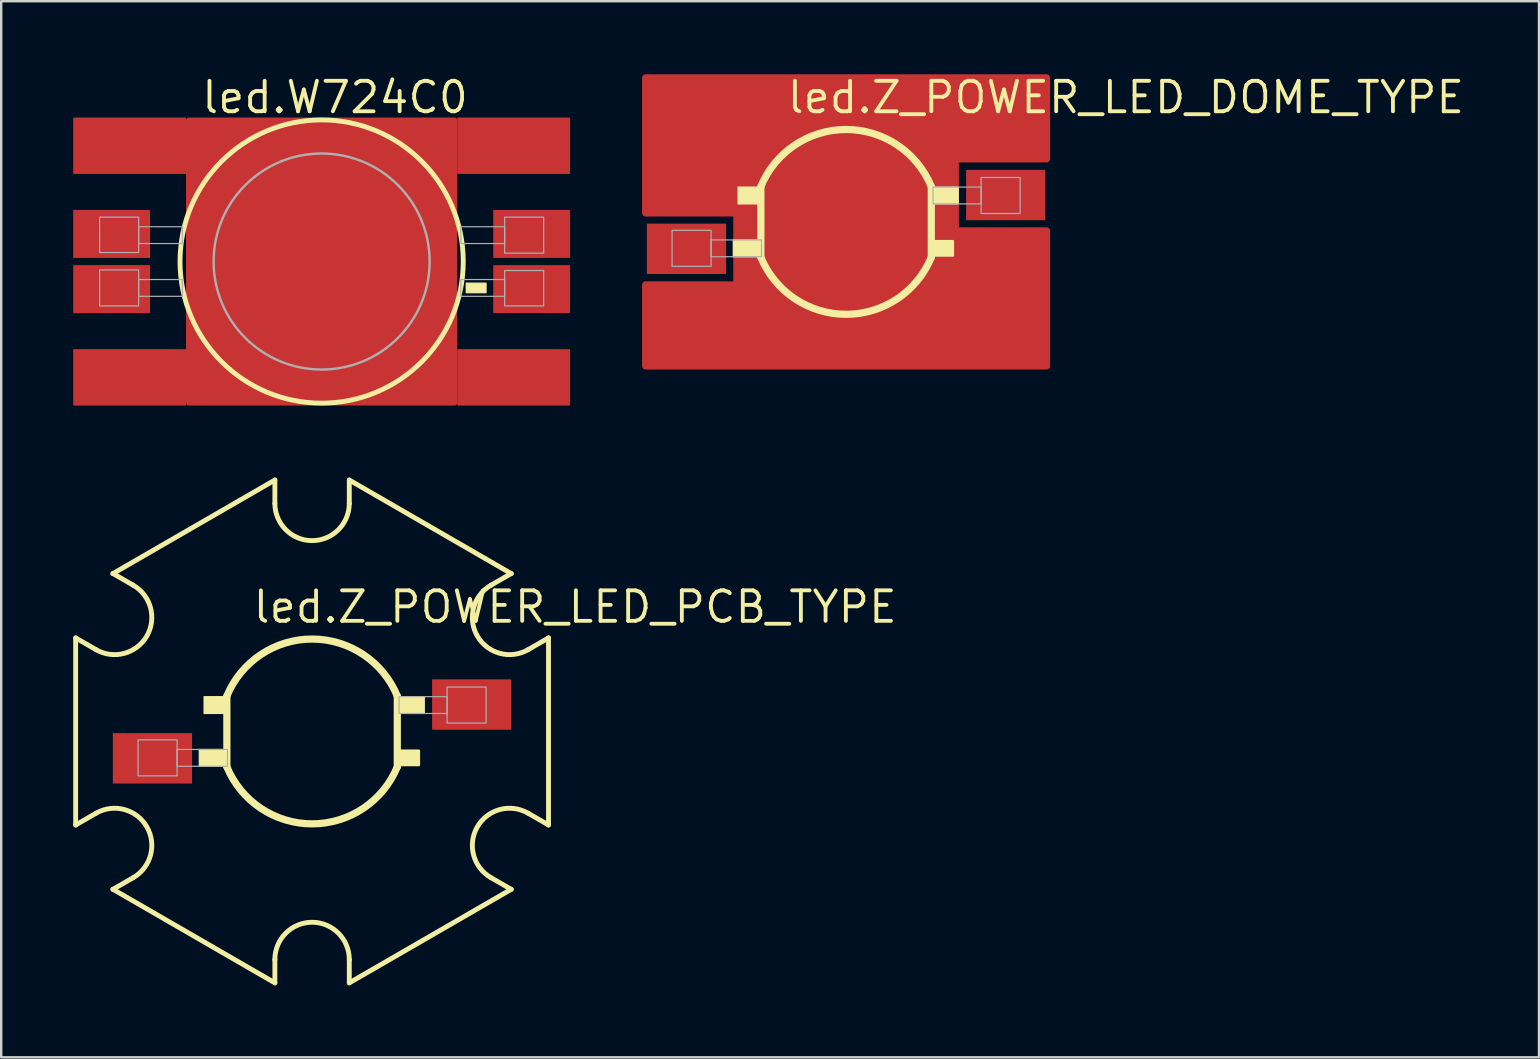
<source format=kicad_pcb>
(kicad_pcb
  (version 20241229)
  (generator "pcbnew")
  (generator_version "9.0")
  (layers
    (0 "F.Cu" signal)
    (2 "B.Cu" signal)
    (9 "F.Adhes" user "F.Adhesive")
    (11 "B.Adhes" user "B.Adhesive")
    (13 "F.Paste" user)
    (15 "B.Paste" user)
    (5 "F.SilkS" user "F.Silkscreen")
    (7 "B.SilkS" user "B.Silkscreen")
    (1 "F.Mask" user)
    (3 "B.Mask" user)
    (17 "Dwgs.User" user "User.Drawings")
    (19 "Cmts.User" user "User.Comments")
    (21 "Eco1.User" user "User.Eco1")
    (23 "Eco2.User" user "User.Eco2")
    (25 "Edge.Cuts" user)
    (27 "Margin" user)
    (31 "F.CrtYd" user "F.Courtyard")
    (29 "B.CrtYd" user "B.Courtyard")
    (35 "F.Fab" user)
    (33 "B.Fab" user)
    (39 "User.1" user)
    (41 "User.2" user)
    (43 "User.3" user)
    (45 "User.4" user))
  (footprint "led.Z_POWER_LED_DOME_TYPE"
    (layer "F.Cu")
    (at 32.2 6.195)
    (property "Reference" "led.Z_POWER_LED_DOME_TYPE" (at -2.54 -4.445 0) (layer "F.SilkS") (effects (font (size 1.27 1.27) (thickness 0.16)) (justify left bottom)))
    (attr smd)
    (fp_poly (pts (xy -8.35 -6) (xy -8.35 -0.375) (xy -4.55 -0.375) (xy -4.55 2.625) (xy -8.35 2.625) (xy -8.35 6) (xy 8.35 6) (xy 8.35 0.375) (xy 4.55 0.375) (xy 4.55 -2.625) (xy 8.35 -2.625) (xy 8.35 -6)) (stroke (width 0.3) (type default)) (fill yes) (layer "F.Cu"))
    (fp_circle (center 0 0) (end 3.2 0) (stroke (width 0.1) (type default)) (fill no) (layer "F.Mask"))
    (fp_line (start -3.55 1.475) (end -3.55 -1.475) (stroke (width 0.3) (type default)) (layer "F.SilkS"))
    (fp_line (start 3.55 -1.475) (end 3.55 1.475) (stroke (width 0.3) (type default)) (layer "F.SilkS"))
    (fp_rect (start -4.7 1.45) (end -3.525 0.75) (stroke (width 0.05) (type default)) (fill yes) (layer "F.SilkS"))
    (fp_rect (start -4.5 -0.75) (end -3.55 -1.45) (stroke (width 0.05) (type default)) (fill yes) (layer "F.SilkS"))
    (fp_rect (start 3.5 -0.75) (end 4.675 -1.45) (stroke (width 0.05) (type default)) (fill yes) (layer "F.SilkS"))
    (fp_arc (start -3.55 -1.475) (mid 0 -3.850098) (end 3.55 -1.475) (stroke (width 0.3) (type default)) (layer "F.SilkS"))
    (fp_arc (start 3.55 1.475) (mid 0 3.849974) (end -3.55 1.475) (stroke (width 0.3) (type default)) (layer "F.SilkS"))
    (fp_poly (pts (xy 3.65 0.8) (xy 4.45 0.8) (xy 4.45 0.85) (xy 4.45 1.325) (xy 4.45 1.4) (xy 3.65 1.4)) (stroke (width 0.1) (type default)) (fill yes) (layer "F.SilkS"))
    (fp_poly (pts (xy -0.375 0) (xy -2.2 -1.825) (xy -2.2 1.825)) (stroke (width 0.2) (type default)) (fill yes) (layer "F.Paste"))
    (fp_poly (pts (xy 0 -0.375) (xy 1.825 -2.2) (xy -1.825 -2.2)) (stroke (width 0.2) (type default)) (fill yes) (layer "F.Paste"))
    (fp_poly (pts (xy 0 0.375) (xy -1.825 2.2) (xy 1.825 2.2)) (stroke (width 0.2) (type default)) (fill yes) (layer "F.Paste"))
    (fp_poly (pts (xy 0.375 0) (xy 2.2 1.825) (xy 2.2 -1.825)) (stroke (width 0.2) (type default)) (fill yes) (layer "F.Paste"))
    (fp_rect (start -7.25 1.85) (end -5.625 0.35) (stroke (width 0.05) (type default)) (fill no) (layer "F.Fab"))
    (fp_rect (start -5.625 1.45) (end -3.525 0.75) (stroke (width 0.05) (type default)) (fill no) (layer "F.Fab"))
    (fp_rect (start 3.625 -0.75) (end 5.625 -1.45) (stroke (width 0.05) (type default)) (fill no) (layer "F.Fab"))
    (fp_rect (start 5.625 -0.35) (end 7.25 -1.85) (stroke (width 0.05) (type default)) (fill no) (layer "F.Fab"))
    (pad "A" smd roundrect (at -6.65 1.12) (size 3.3 2.1) (layers "F.Cu" "F.Mask" "F.Paste") (roundrect_rratio 0.01))
    (pad "C" smd roundrect (at 6.65 -1.12) (size 3.3 2.1) (layers "F.Cu" "F.Mask" "F.Paste") (roundrect_rratio 0.01)))
  (footprint "led.Z_POWER_LED_PCB_TYPE"
    (layer "F.Cu")
    (at 9.952 27.424)
    (property "Reference" "led.Z_POWER_LED_PCB_TYPE" (at -2.54 -4.445 0) (layer "F.SilkS") (effects (font (size 1.27 1.27) (thickness 0.16)) (justify left bottom)))
    (attr smd)
    (fp_circle (center 0 0) (end 3.2 0) (stroke (width 0.1) (type default)) (fill no) (layer "F.Mask"))
    (fp_line (start -9.85 3.9) (end -9.85 -3.9) (stroke (width 0.203) (type default)) (layer "F.SilkS"))
    (fp_line (start -9.847 -3.895) (end -9.002 -3.408) (stroke (width 0.203) (type default)) (layer "F.SilkS"))
    (fp_line (start -9.847 3.895) (end -9.002 3.408) (stroke (width 0.203) (type default)) (layer "F.SilkS"))
    (fp_line (start -8.3 -6.575) (end -1.55 -10.475) (stroke (width 0.203) (type default)) (layer "F.SilkS"))
    (fp_line (start -8.297 -6.58) (end -7.452 -6.092) (stroke (width 0.203) (type default)) (layer "F.SilkS"))
    (fp_line (start -8.297 6.58) (end -7.452 6.092) (stroke (width 0.203) (type default)) (layer "F.SilkS"))
    (fp_line (start -3.55 1.475) (end -3.55 -1.475) (stroke (width 0.3) (type default)) (layer "F.SilkS"))
    (fp_line (start -1.55 -10.475) (end -1.55 -9.5) (stroke (width 0.203) (type default)) (layer "F.SilkS"))
    (fp_line (start -1.55 10.475) (end -8.3 6.575) (stroke (width 0.203) (type default)) (layer "F.SilkS"))
    (fp_line (start -1.55 10.475) (end -1.55 9.5) (stroke (width 0.203) (type default)) (layer "F.SilkS"))
    (fp_line (start 1.55 -10.475) (end 1.55 -9.5) (stroke (width 0.203) (type default)) (layer "F.SilkS"))
    (fp_line (start 1.55 -10.475) (end 8.3 -6.575) (stroke (width 0.203) (type default)) (layer "F.SilkS"))
    (fp_line (start 1.55 10.475) (end 1.55 9.5) (stroke (width 0.203) (type default)) (layer "F.SilkS"))
    (fp_line (start 3.55 -1.475) (end 3.55 1.475) (stroke (width 0.3) (type default)) (layer "F.SilkS"))
    (fp_line (start 8.297 -6.58) (end 7.452 -6.092) (stroke (width 0.203) (type default)) (layer "F.SilkS"))
    (fp_line (start 8.297 6.58) (end 7.452 6.092) (stroke (width 0.203) (type default)) (layer "F.SilkS"))
    (fp_line (start 8.3 6.575) (end 1.55 10.475) (stroke (width 0.203) (type default)) (layer "F.SilkS"))
    (fp_line (start 9.847 -3.895) (end 9.002 -3.408) (stroke (width 0.203) (type default)) (layer "F.SilkS"))
    (fp_line (start 9.847 3.895) (end 9.002 3.408) (stroke (width 0.203) (type default)) (layer "F.SilkS"))
    (fp_line (start 9.85 3.9) (end 9.85 -3.9) (stroke (width 0.203) (type default)) (layer "F.SilkS"))
    (fp_rect (start -4.7 1.45) (end -3.525 0.75) (stroke (width 0.05) (type default)) (fill yes) (layer "F.SilkS"))
    (fp_rect (start -4.5 -0.75) (end -3.55 -1.45) (stroke (width 0.05) (type default)) (fill yes) (layer "F.SilkS"))
    (fp_rect (start 3.5 -0.75) (end 4.675 -1.45) (stroke (width 0.05) (type default)) (fill yes) (layer "F.SilkS"))
    (fp_arc (start -9.0022 3.4076) (mid -6.88485 3.97495) (end -7.4522 6.0923) (stroke (width 0.2032) (type default)) (layer "F.SilkS"))
    (fp_arc (start -7.4522 -6.0923) (mid -6.88485 -3.97495) (end -9.0022 -3.4076) (stroke (width 0.2032) (type default)) (layer "F.SilkS"))
    (fp_arc (start -3.55 -1.475) (mid 0 -3.850098) (end 3.55 -1.475) (stroke (width 0.3) (type default)) (layer "F.SilkS"))
    (fp_arc (start -1.55 9.5) (mid 0 7.95) (end 1.55 9.5) (stroke (width 0.2032) (type default)) (layer "F.SilkS"))
    (fp_arc (start 1.55 -9.5) (mid 0 -7.95) (end -1.55 -9.5) (stroke (width 0.2032) (type default)) (layer "F.SilkS"))
    (fp_arc (start 3.55 1.475) (mid 0 3.849974) (end -3.55 1.475) (stroke (width 0.3) (type default)) (layer "F.SilkS"))
    (fp_arc (start 7.4522 6.0923) (mid 6.88485 3.97495) (end 9.0022 3.4076) (stroke (width 0.2032) (type default)) (layer "F.SilkS"))
    (fp_arc (start 9.0022 -3.4076) (mid 6.88485 -3.97495) (end 7.4522 -6.0923) (stroke (width 0.2032) (type default)) (layer "F.SilkS"))
    (fp_poly (pts (xy 3.65 0.8) (xy 4.45 0.8) (xy 4.45 0.85) (xy 4.45 1.325) (xy 4.45 1.4) (xy 3.65 1.4)) (stroke (width 0.1) (type default)) (fill yes) (layer "F.SilkS"))
    (fp_circle (center 0 0) (end 3 0) (stroke (width 0.1) (type default)) (fill no) (layer "F.Paste"))
    (fp_rect (start -7.25 1.85) (end -5.625 0.35) (stroke (width 0.05) (type default)) (fill no) (layer "F.Fab"))
    (fp_rect (start -5.625 1.45) (end -3.525 0.75) (stroke (width 0.05) (type default)) (fill no) (layer "F.Fab"))
    (fp_rect (start 3.625 -0.75) (end 5.625 -1.45) (stroke (width 0.05) (type default)) (fill no) (layer "F.Fab"))
    (fp_rect (start 5.625 -0.35) (end 7.25 -1.85) (stroke (width 0.05) (type default)) (fill no) (layer "F.Fab"))
    (pad "A" smd roundrect (at -6.65 1.12) (size 3.3 2.1) (layers "F.Cu" "F.Mask" "F.Paste") (roundrect_rratio 0.01))
    (pad "C" smd roundrect (at 6.65 -1.12) (size 3.3 2.1) (layers "F.Cu" "F.Mask" "F.Paste") (roundrect_rratio 0.01)))
  (footprint "led.W724C0"
    (layer "F.Cu")
    (at 10.35 7.846)
    (property "Reference" "led.W724C0" (at -5.08 -6.096 0) (layer "F.SilkS") (effects (font (size 1.27 1.27) (thickness 0.16)) (justify left bottom)))
    (attr smd)
    (fp_circle (center 0 0) (end 4 0) (stroke (width 0.1) (type default)) (fill no) (layer "F.Mask"))
    (fp_rect (start 6.025 1.3) (end 6.85 0.9) (stroke (width 0.05) (type default)) (fill yes) (layer "F.SilkS"))
    (fp_circle (center 0 0) (end 5.9 0) (stroke (width 0.203) (type default)) (fill no) (layer "F.SilkS"))
    (fp_poly (pts (xy -0.375 0) (xy -2.925 -2.55) (xy -2.925 2.55)) (stroke (width 0.2) (type default)) (fill yes) (layer "F.Paste"))
    (fp_poly (pts (xy 0 -0.375) (xy 2.55 -2.925) (xy -2.55 -2.925)) (stroke (width 0.2) (type default)) (fill yes) (layer "F.Paste"))
    (fp_poly (pts (xy 0 0.375) (xy -2.55 2.925) (xy 2.55 2.925)) (stroke (width 0.2) (type default)) (fill yes) (layer "F.Paste"))
    (fp_poly (pts (xy 0.375 0) (xy 2.925 2.55) (xy 2.925 -2.55)) (stroke (width 0.2) (type default)) (fill yes) (layer "F.Paste"))
    (fp_rect (start -9.25 -0.375) (end -7.625 -1.85) (stroke (width 0.05) (type default)) (fill no) (layer "F.Fab"))
    (fp_rect (start -9.25 1.85) (end -7.625 0.35) (stroke (width 0.05) (type default)) (fill no) (layer "F.Fab"))
    (fp_rect (start -7.625 -0.75) (end -5.8 -1.45) (stroke (width 0.05) (type default)) (fill no) (layer "F.Fab"))
    (fp_rect (start -7.625 1.45) (end -5.8 0.75) (stroke (width 0.05) (type default)) (fill no) (layer "F.Fab"))
    (fp_rect (start 5.8 -0.75) (end 7.625 -1.45) (stroke (width 0.05) (type default)) (fill no) (layer "F.Fab"))
    (fp_rect (start 5.8 1.45) (end 7.625 0.75) (stroke (width 0.05) (type default)) (fill no) (layer "F.Fab"))
    (fp_rect (start 7.625 -0.35) (end 9.25 -1.85) (stroke (width 0.05) (type default)) (fill no) (layer "F.Fab"))
    (fp_rect (start 7.625 1.85) (end 9.25 0.375) (stroke (width 0.05) (type default)) (fill no) (layer "F.Fab"))
    (fp_circle (center 0 0) (end 4.5 0) (stroke (width 0.1) (type default)) (fill no) (layer "F.Fab"))
    (pad "A@1" smd roundrect (at -8.75 -1.15) (size 3.2 2) (layers "F.Cu" "F.Mask" "F.Paste") (roundrect_rratio 0.01))
    (pad "A@2" smd roundrect (at -8.75 1.15) (size 3.2 2) (layers "F.Cu" "F.Mask" "F.Paste") (roundrect_rratio 0.01))
    (pad "C@1" smd roundrect (at 8.75 1.15 180) (size 3.2 2) (layers "F.Cu" "F.Mask" "F.Paste") (roundrect_rratio 0.01))
    (pad "C@2" smd roundrect (at 8.75 -1.15 180) (size 3.2 2) (layers "F.Cu" "F.Mask" "F.Paste") (roundrect_rratio 0.01))
    (pad "TH@1" smd roundrect (at 0 0) (size 11.3 12) (layers "F.Cu" "F.Mask" "F.Paste") (roundrect_rratio 0.01))
    (pad "TH@2" smd roundrect (at -8 -4.825) (size 4.7 2.35) (layers "F.Cu" "F.Mask" "F.Paste") (roundrect_rratio 0.01))
    (pad "TH@3" smd roundrect (at -8 4.825) (size 4.7 2.35) (layers "F.Cu" "F.Mask" "F.Paste") (roundrect_rratio 0.01))
    (pad "TH@4" smd roundrect (at 8 4.825 180) (size 4.7 2.35) (layers "F.Cu" "F.Mask" "F.Paste") (roundrect_rratio 0.01))
    (pad "TH@5" smd roundrect (at 8 -4.825 180) (size 4.7 2.35) (layers "F.Cu" "F.Mask" "F.Paste") (roundrect_rratio 0.01)))
  (gr_rect
    (start -3 -3)
    (end 61.068 41.001)
    (stroke (width 0.1) (type default))
    (fill no)
    (layer "Edge.Cuts")))
</source>
